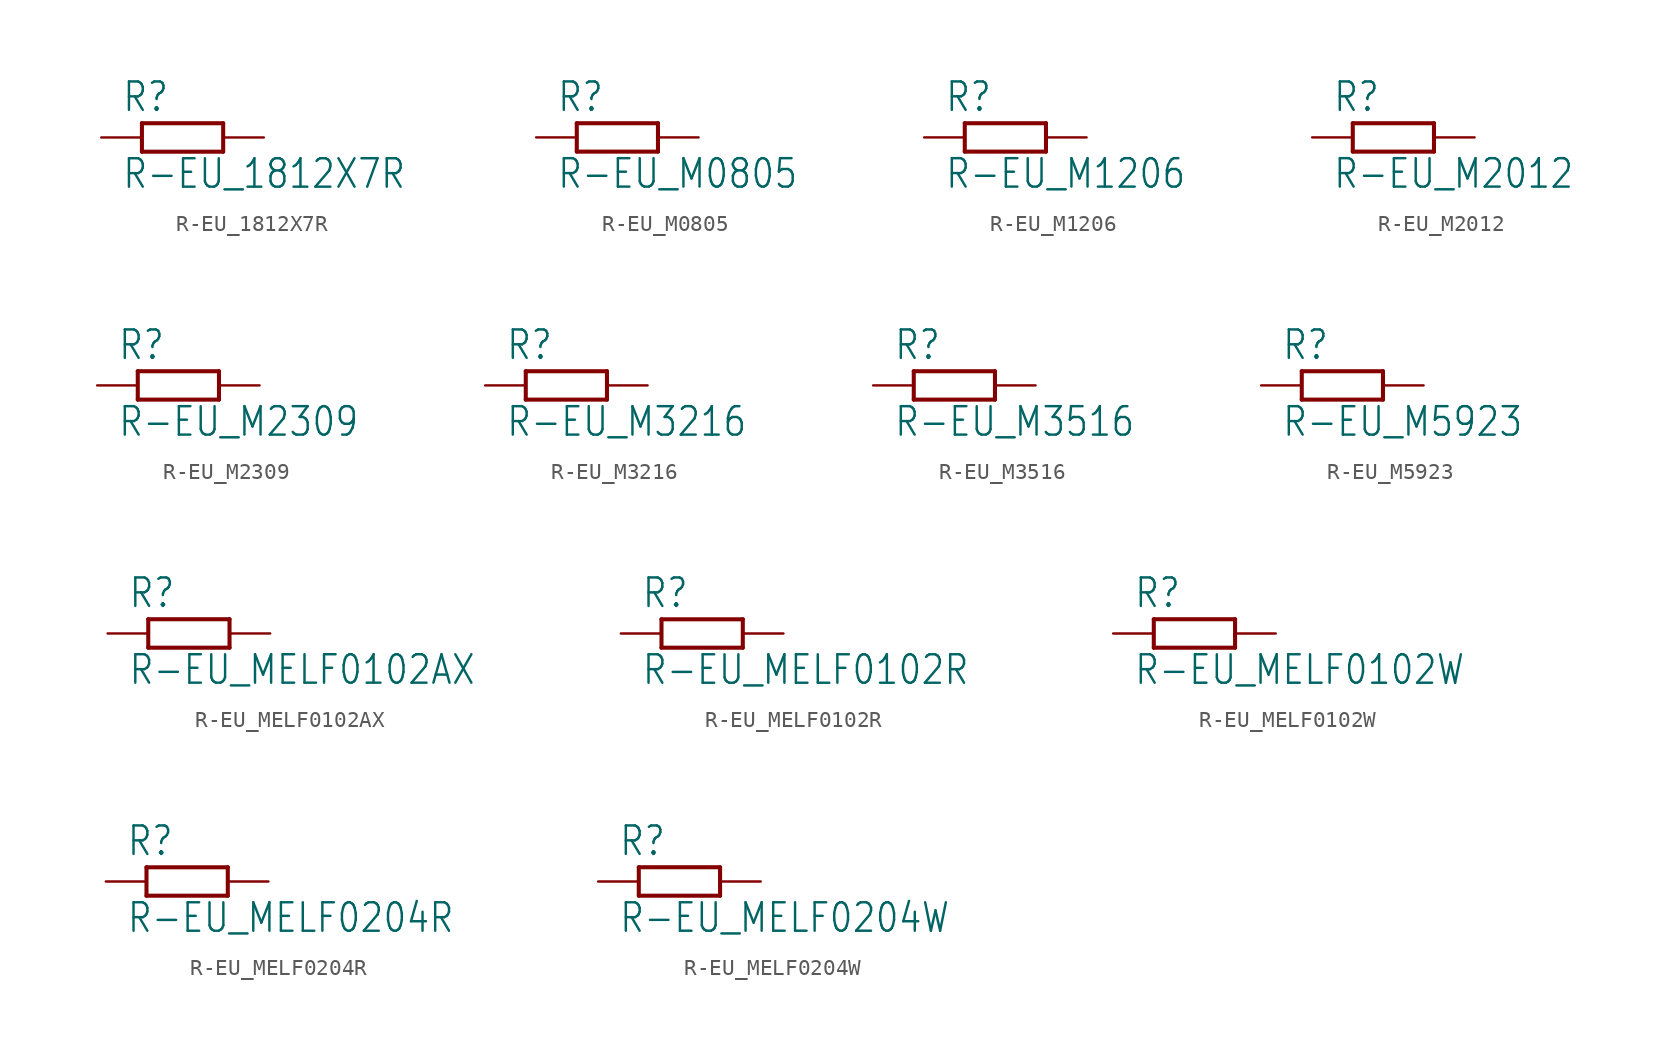
<source format=kicad_sym>
(kicad_symbol_lib
  (version 20201005)
  (generator kicad_symbol_editor)
  (symbol "R-EU_1812X7R"
    (property "Reference" "R"
      (at -3.81 1.499 0)
      (effects (font (size 1.778 1.511)) (justify left bottom)))
    (property "Value" "R-EU_1812X7R"
      (at -3.81 -3.302 0)
      (effects (font (size 1.778 1.511)) (justify left bottom)))
    (property "ki_locked" ""
      (at 0 0 0)
      (effects (font (size 1.27 1.27))))
    (symbol "R-EU_1812X7R_1_0"
      (polyline (pts (xy -2.54 -0.889) (xy 2.54 -0.889)) (stroke (width 0.254)) (fill (type none)))
      (polyline (pts (xy 2.54 0.889) (xy -2.54 0.889)) (stroke (width 0.254)) (fill (type none)))
      (polyline (pts (xy 2.54 -0.889) (xy 2.54 0.889)) (stroke (width 0.254)) (fill (type none)))
      (polyline (pts (xy -2.54 -0.889) (xy -2.54 0.889)) (stroke (width 0.254)) (fill (type none)))
      (pin passive line (at 5.08 0 180) (length 2.54) (name "2" (effects (font (size 0 0)))) (number "2" (effects (font (size 0 0)))))
      (pin passive line (at -5.08 0 0) (length 2.54) (name "1" (effects (font (size 0 0)))) (number "1" (effects (font (size 0 0)))))))
  (symbol "R-EU_M0805"
    (property "Reference" "R"
      (at -3.81 1.499 0)
      (effects (font (size 1.778 1.511)) (justify left bottom)))
    (property "Value" "R-EU_M0805"
      (at -3.81 -3.302 0)
      (effects (font (size 1.778 1.511)) (justify left bottom)))
    (property "ki_locked" ""
      (at 0 0 0)
      (effects (font (size 1.27 1.27))))
    (symbol "R-EU_M0805_1_0"
      (polyline (pts (xy -2.54 -0.889) (xy 2.54 -0.889)) (stroke (width 0.254)) (fill (type none)))
      (polyline (pts (xy 2.54 0.889) (xy -2.54 0.889)) (stroke (width 0.254)) (fill (type none)))
      (polyline (pts (xy 2.54 -0.889) (xy 2.54 0.889)) (stroke (width 0.254)) (fill (type none)))
      (polyline (pts (xy -2.54 -0.889) (xy -2.54 0.889)) (stroke (width 0.254)) (fill (type none)))
      (pin passive line (at 5.08 0 180) (length 2.54) (name "2" (effects (font (size 0 0)))) (number "2" (effects (font (size 0 0)))))
      (pin passive line (at -5.08 0 0) (length 2.54) (name "1" (effects (font (size 0 0)))) (number "1" (effects (font (size 0 0)))))))
  (symbol "R-EU_M1206"
    (property "Reference" "R"
      (at -3.81 1.499 0)
      (effects (font (size 1.778 1.511)) (justify left bottom)))
    (property "Value" "R-EU_M1206"
      (at -3.81 -3.302 0)
      (effects (font (size 1.778 1.511)) (justify left bottom)))
    (property "ki_locked" ""
      (at 0 0 0)
      (effects (font (size 1.27 1.27))))
    (symbol "R-EU_M1206_1_0"
      (polyline (pts (xy -2.54 -0.889) (xy 2.54 -0.889)) (stroke (width 0.254)) (fill (type none)))
      (polyline (pts (xy 2.54 0.889) (xy -2.54 0.889)) (stroke (width 0.254)) (fill (type none)))
      (polyline (pts (xy 2.54 -0.889) (xy 2.54 0.889)) (stroke (width 0.254)) (fill (type none)))
      (polyline (pts (xy -2.54 -0.889) (xy -2.54 0.889)) (stroke (width 0.254)) (fill (type none)))
      (pin passive line (at 5.08 0 180) (length 2.54) (name "2" (effects (font (size 0 0)))) (number "2" (effects (font (size 0 0)))))
      (pin passive line (at -5.08 0 0) (length 2.54) (name "1" (effects (font (size 0 0)))) (number "1" (effects (font (size 0 0)))))))
  (symbol "R-EU_M2012"
    (property "Reference" "R"
      (at -3.81 1.499 0)
      (effects (font (size 1.778 1.511)) (justify left bottom)))
    (property "Value" "R-EU_M2012"
      (at -3.81 -3.302 0)
      (effects (font (size 1.778 1.511)) (justify left bottom)))
    (property "ki_locked" ""
      (at 0 0 0)
      (effects (font (size 1.27 1.27))))
    (symbol "R-EU_M2012_1_0"
      (polyline (pts (xy -2.54 -0.889) (xy 2.54 -0.889)) (stroke (width 0.254)) (fill (type none)))
      (polyline (pts (xy 2.54 0.889) (xy -2.54 0.889)) (stroke (width 0.254)) (fill (type none)))
      (polyline (pts (xy 2.54 -0.889) (xy 2.54 0.889)) (stroke (width 0.254)) (fill (type none)))
      (polyline (pts (xy -2.54 -0.889) (xy -2.54 0.889)) (stroke (width 0.254)) (fill (type none)))
      (pin passive line (at 5.08 0 180) (length 2.54) (name "2" (effects (font (size 0 0)))) (number "2" (effects (font (size 0 0)))))
      (pin passive line (at -5.08 0 0) (length 2.54) (name "1" (effects (font (size 0 0)))) (number "1" (effects (font (size 0 0)))))))
  (symbol "R-EU_M2309"
    (property "Reference" "R"
      (at -3.81 1.499 0)
      (effects (font (size 1.778 1.511)) (justify left bottom)))
    (property "Value" "R-EU_M2309"
      (at -3.81 -3.302 0)
      (effects (font (size 1.778 1.511)) (justify left bottom)))
    (property "ki_locked" ""
      (at 0 0 0)
      (effects (font (size 1.27 1.27))))
    (symbol "R-EU_M2309_1_0"
      (polyline (pts (xy -2.54 -0.889) (xy 2.54 -0.889)) (stroke (width 0.254)) (fill (type none)))
      (polyline (pts (xy 2.54 0.889) (xy -2.54 0.889)) (stroke (width 0.254)) (fill (type none)))
      (polyline (pts (xy 2.54 -0.889) (xy 2.54 0.889)) (stroke (width 0.254)) (fill (type none)))
      (polyline (pts (xy -2.54 -0.889) (xy -2.54 0.889)) (stroke (width 0.254)) (fill (type none)))
      (pin passive line (at 5.08 0 180) (length 2.54) (name "2" (effects (font (size 0 0)))) (number "2" (effects (font (size 0 0)))))
      (pin passive line (at -5.08 0 0) (length 2.54) (name "1" (effects (font (size 0 0)))) (number "1" (effects (font (size 0 0)))))))
  (symbol "R-EU_M3216"
    (property "Reference" "R"
      (at -3.81 1.499 0)
      (effects (font (size 1.778 1.511)) (justify left bottom)))
    (property "Value" "R-EU_M3216"
      (at -3.81 -3.302 0)
      (effects (font (size 1.778 1.511)) (justify left bottom)))
    (property "ki_locked" ""
      (at 0 0 0)
      (effects (font (size 1.27 1.27))))
    (symbol "R-EU_M3216_1_0"
      (polyline (pts (xy -2.54 -0.889) (xy 2.54 -0.889)) (stroke (width 0.254)) (fill (type none)))
      (polyline (pts (xy 2.54 0.889) (xy -2.54 0.889)) (stroke (width 0.254)) (fill (type none)))
      (polyline (pts (xy 2.54 -0.889) (xy 2.54 0.889)) (stroke (width 0.254)) (fill (type none)))
      (polyline (pts (xy -2.54 -0.889) (xy -2.54 0.889)) (stroke (width 0.254)) (fill (type none)))
      (pin passive line (at 5.08 0 180) (length 2.54) (name "2" (effects (font (size 0 0)))) (number "2" (effects (font (size 0 0)))))
      (pin passive line (at -5.08 0 0) (length 2.54) (name "1" (effects (font (size 0 0)))) (number "1" (effects (font (size 0 0)))))))
  (symbol "R-EU_M3516"
    (property "Reference" "R"
      (at -3.81 1.499 0)
      (effects (font (size 1.778 1.511)) (justify left bottom)))
    (property "Value" "R-EU_M3516"
      (at -3.81 -3.302 0)
      (effects (font (size 1.778 1.511)) (justify left bottom)))
    (property "ki_locked" ""
      (at 0 0 0)
      (effects (font (size 1.27 1.27))))
    (symbol "R-EU_M3516_1_0"
      (polyline (pts (xy -2.54 -0.889) (xy 2.54 -0.889)) (stroke (width 0.254)) (fill (type none)))
      (polyline (pts (xy 2.54 0.889) (xy -2.54 0.889)) (stroke (width 0.254)) (fill (type none)))
      (polyline (pts (xy 2.54 -0.889) (xy 2.54 0.889)) (stroke (width 0.254)) (fill (type none)))
      (polyline (pts (xy -2.54 -0.889) (xy -2.54 0.889)) (stroke (width 0.254)) (fill (type none)))
      (pin passive line (at 5.08 0 180) (length 2.54) (name "2" (effects (font (size 0 0)))) (number "2" (effects (font (size 0 0)))))
      (pin passive line (at -5.08 0 0) (length 2.54) (name "1" (effects (font (size 0 0)))) (number "1" (effects (font (size 0 0)))))))
  (symbol "R-EU_M5923"
    (property "Reference" "R"
      (at -3.81 1.499 0)
      (effects (font (size 1.778 1.511)) (justify left bottom)))
    (property "Value" "R-EU_M5923"
      (at -3.81 -3.302 0)
      (effects (font (size 1.778 1.511)) (justify left bottom)))
    (property "ki_locked" ""
      (at 0 0 0)
      (effects (font (size 1.27 1.27))))
    (symbol "R-EU_M5923_1_0"
      (polyline (pts (xy -2.54 -0.889) (xy 2.54 -0.889)) (stroke (width 0.254)) (fill (type none)))
      (polyline (pts (xy 2.54 0.889) (xy -2.54 0.889)) (stroke (width 0.254)) (fill (type none)))
      (polyline (pts (xy 2.54 -0.889) (xy 2.54 0.889)) (stroke (width 0.254)) (fill (type none)))
      (polyline (pts (xy -2.54 -0.889) (xy -2.54 0.889)) (stroke (width 0.254)) (fill (type none)))
      (pin passive line (at 5.08 0 180) (length 2.54) (name "2" (effects (font (size 0 0)))) (number "2" (effects (font (size 0 0)))))
      (pin passive line (at -5.08 0 0) (length 2.54) (name "1" (effects (font (size 0 0)))) (number "1" (effects (font (size 0 0)))))))
  (symbol "R-EU_MELF0102AX"
    (property "Reference" "R"
      (at -3.81 1.499 0)
      (effects (font (size 1.778 1.511)) (justify left bottom)))
    (property "Value" "R-EU_MELF0102AX"
      (at -3.81 -3.302 0)
      (effects (font (size 1.778 1.511)) (justify left bottom)))
    (property "ki_locked" ""
      (at 0 0 0)
      (effects (font (size 1.27 1.27))))
    (symbol "R-EU_MELF0102AX_1_0"
      (polyline (pts (xy -2.54 -0.889) (xy 2.54 -0.889)) (stroke (width 0.254)) (fill (type none)))
      (polyline (pts (xy 2.54 0.889) (xy -2.54 0.889)) (stroke (width 0.254)) (fill (type none)))
      (polyline (pts (xy 2.54 -0.889) (xy 2.54 0.889)) (stroke (width 0.254)) (fill (type none)))
      (polyline (pts (xy -2.54 -0.889) (xy -2.54 0.889)) (stroke (width 0.254)) (fill (type none)))
      (pin passive line (at 5.08 0 180) (length 2.54) (name "2" (effects (font (size 0 0)))) (number "2" (effects (font (size 0 0)))))
      (pin passive line (at -5.08 0 0) (length 2.54) (name "1" (effects (font (size 0 0)))) (number "1" (effects (font (size 0 0)))))))
  (symbol "R-EU_MELF0102R"
    (property "Reference" "R"
      (at -3.81 1.499 0)
      (effects (font (size 1.778 1.511)) (justify left bottom)))
    (property "Value" "R-EU_MELF0102R"
      (at -3.81 -3.302 0)
      (effects (font (size 1.778 1.511)) (justify left bottom)))
    (property "ki_locked" ""
      (at 0 0 0)
      (effects (font (size 1.27 1.27))))
    (symbol "R-EU_MELF0102R_1_0"
      (polyline (pts (xy -2.54 -0.889) (xy 2.54 -0.889)) (stroke (width 0.254)) (fill (type none)))
      (polyline (pts (xy 2.54 0.889) (xy -2.54 0.889)) (stroke (width 0.254)) (fill (type none)))
      (polyline (pts (xy 2.54 -0.889) (xy 2.54 0.889)) (stroke (width 0.254)) (fill (type none)))
      (polyline (pts (xy -2.54 -0.889) (xy -2.54 0.889)) (stroke (width 0.254)) (fill (type none)))
      (pin passive line (at 5.08 0 180) (length 2.54) (name "2" (effects (font (size 0 0)))) (number "2" (effects (font (size 0 0)))))
      (pin passive line (at -5.08 0 0) (length 2.54) (name "1" (effects (font (size 0 0)))) (number "1" (effects (font (size 0 0)))))))
  (symbol "R-EU_MELF0102W"
    (property "Reference" "R"
      (at -3.81 1.499 0)
      (effects (font (size 1.778 1.511)) (justify left bottom)))
    (property "Value" "R-EU_MELF0102W"
      (at -3.81 -3.302 0)
      (effects (font (size 1.778 1.511)) (justify left bottom)))
    (property "ki_locked" ""
      (at 0 0 0)
      (effects (font (size 1.27 1.27))))
    (symbol "R-EU_MELF0102W_1_0"
      (polyline (pts (xy -2.54 -0.889) (xy 2.54 -0.889)) (stroke (width 0.254)) (fill (type none)))
      (polyline (pts (xy 2.54 0.889) (xy -2.54 0.889)) (stroke (width 0.254)) (fill (type none)))
      (polyline (pts (xy 2.54 -0.889) (xy 2.54 0.889)) (stroke (width 0.254)) (fill (type none)))
      (polyline (pts (xy -2.54 -0.889) (xy -2.54 0.889)) (stroke (width 0.254)) (fill (type none)))
      (pin passive line (at 5.08 0 180) (length 2.54) (name "2" (effects (font (size 0 0)))) (number "2" (effects (font (size 0 0)))))
      (pin passive line (at -5.08 0 0) (length 2.54) (name "1" (effects (font (size 0 0)))) (number "1" (effects (font (size 0 0)))))))
  (symbol "R-EU_MELF0204R"
    (property "Reference" "R"
      (at -3.81 1.499 0)
      (effects (font (size 1.778 1.511)) (justify left bottom)))
    (property "Value" "R-EU_MELF0204R"
      (at -3.81 -3.302 0)
      (effects (font (size 1.778 1.511)) (justify left bottom)))
    (property "ki_locked" ""
      (at 0 0 0)
      (effects (font (size 1.27 1.27))))
    (symbol "R-EU_MELF0204R_1_0"
      (polyline (pts (xy -2.54 -0.889) (xy 2.54 -0.889)) (stroke (width 0.254)) (fill (type none)))
      (polyline (pts (xy 2.54 0.889) (xy -2.54 0.889)) (stroke (width 0.254)) (fill (type none)))
      (polyline (pts (xy 2.54 -0.889) (xy 2.54 0.889)) (stroke (width 0.254)) (fill (type none)))
      (polyline (pts (xy -2.54 -0.889) (xy -2.54 0.889)) (stroke (width 0.254)) (fill (type none)))
      (pin passive line (at 5.08 0 180) (length 2.54) (name "2" (effects (font (size 0 0)))) (number "2" (effects (font (size 0 0)))))
      (pin passive line (at -5.08 0 0) (length 2.54) (name "1" (effects (font (size 0 0)))) (number "1" (effects (font (size 0 0)))))))
  (symbol "R-EU_MELF0204W"
    (property "Reference" "R"
      (at -3.81 1.499 0)
      (effects (font (size 1.778 1.511)) (justify left bottom)))
    (property "Value" "R-EU_MELF0204W"
      (at -3.81 -3.302 0)
      (effects (font (size 1.778 1.511)) (justify left bottom)))
    (property "ki_locked" ""
      (at 0 0 0)
      (effects (font (size 1.27 1.27))))
    (symbol "R-EU_MELF0204W_1_0"
      (polyline (pts (xy -2.54 -0.889) (xy 2.54 -0.889)) (stroke (width 0.254)) (fill (type none)))
      (polyline (pts (xy 2.54 0.889) (xy -2.54 0.889)) (stroke (width 0.254)) (fill (type none)))
      (polyline (pts (xy 2.54 -0.889) (xy 2.54 0.889)) (stroke (width 0.254)) (fill (type none)))
      (polyline (pts (xy -2.54 -0.889) (xy -2.54 0.889)) (stroke (width 0.254)) (fill (type none)))
      (pin passive line (at 5.08 0 180) (length 2.54) (name "2" (effects (font (size 0 0)))) (number "2" (effects (font (size 0 0)))))
      (pin passive line (at -5.08 0 0) (length 2.54) (name "1" (effects (font (size 0 0)))) (number "1" (effects (font (size 0 0))))))))
</source>
